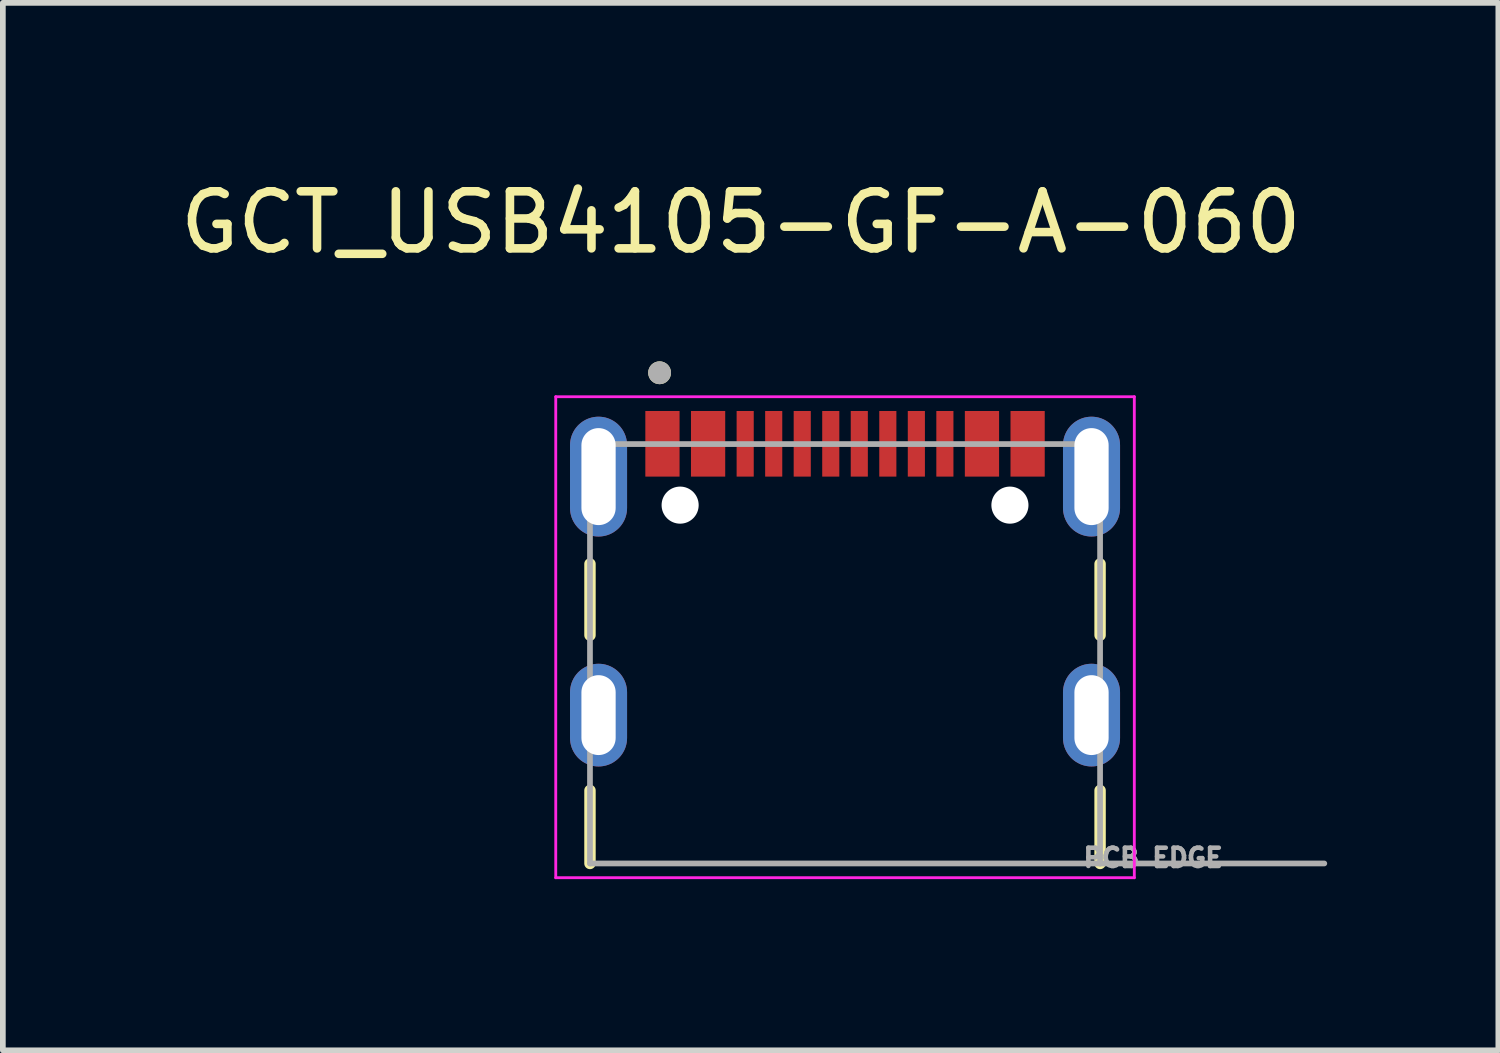
<source format=kicad_pcb>
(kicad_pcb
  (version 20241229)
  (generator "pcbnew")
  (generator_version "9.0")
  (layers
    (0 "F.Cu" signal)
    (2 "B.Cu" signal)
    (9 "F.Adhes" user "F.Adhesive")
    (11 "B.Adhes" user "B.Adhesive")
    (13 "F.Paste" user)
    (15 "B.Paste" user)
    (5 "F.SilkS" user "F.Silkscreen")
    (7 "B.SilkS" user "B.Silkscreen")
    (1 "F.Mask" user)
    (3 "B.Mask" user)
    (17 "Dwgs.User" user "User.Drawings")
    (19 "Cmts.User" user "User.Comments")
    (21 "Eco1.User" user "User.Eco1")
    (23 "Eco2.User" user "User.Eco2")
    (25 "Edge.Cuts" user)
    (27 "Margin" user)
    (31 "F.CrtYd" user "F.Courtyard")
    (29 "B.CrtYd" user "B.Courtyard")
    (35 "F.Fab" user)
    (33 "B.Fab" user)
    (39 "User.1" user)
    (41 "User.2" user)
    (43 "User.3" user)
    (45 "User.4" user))
  (footprint "GCT_USB4105-GF-A-060"
    (layer "F.Cu")
    (at 11.76 9.483)
    (property "Reference" "GCT_USB4105-GF-A-060" (at -1.825 -8.635 0) (layer "F.SilkS") (effects (font (size 1 1) (thickness 0.15))))
    (attr smd)
    (fp_line (start -4.47 -2.65) (end -4.47 -1.4) (stroke (width 0.2) (type solid)) (layer "F.SilkS"))
    (fp_line (start -4.47 1.32) (end -4.47 2.6) (stroke (width 0.2) (type solid)) (layer "F.SilkS"))
    (fp_line (start 4.47 -2.65) (end 4.47 -1.4) (stroke (width 0.2) (type solid)) (layer "F.SilkS"))
    (fp_line (start 4.47 2.6) (end 4.47 1.32) (stroke (width 0.2) (type solid)) (layer "F.SilkS"))
    (fp_circle (center -3.25 -6) (end -3.15 -6) (stroke (width 0.2) (type solid)) (fill no) (layer "F.SilkS"))
    (fp_line (start -5.07 -5.58) (end -5.07 2.85) (stroke (width 0.05) (type solid)) (layer "F.CrtYd"))
    (fp_line (start -5.07 2.85) (end 5.07 2.85) (stroke (width 0.05) (type solid)) (layer "F.CrtYd"))
    (fp_line (start 5.07 -5.58) (end -5.07 -5.58) (stroke (width 0.05) (type solid)) (layer "F.CrtYd"))
    (fp_line (start 5.07 2.85) (end 5.07 -5.58) (stroke (width 0.05) (type solid)) (layer "F.CrtYd"))
    (fp_line (start -4.47 -4.75) (end 4.47 -4.75) (stroke (width 0.1) (type solid)) (layer "F.Fab"))
    (fp_line (start -4.47 2.6) (end -4.47 -4.75) (stroke (width 0.1) (type solid)) (layer "F.Fab"))
    (fp_line (start 4.47 -4.75) (end 4.47 2.6) (stroke (width 0.1) (type solid)) (layer "F.Fab"))
    (fp_line (start 4.47 2.6) (end -4.47 2.6) (stroke (width 0.1) (type solid)) (layer "F.Fab"))
    (fp_line (start 4.47 2.6) (end 8.4 2.6) (stroke (width 0.1) (type solid)) (layer "F.Fab"))
    (fp_circle (center -3.25 -6) (end -3.15 -6) (stroke (width 0.2) (type solid)) (fill no) (layer "F.Fab"))
    (fp_text user "PCB EDGE" (at 5.4 2.5 0) (layer "F.Fab") (effects (font (size 0.32 0.32) (thickness 0.15))))
    (pad "" np_thru_hole circle (at -2.89 -3.68) (size 0.65 0.65) (drill 0.65) (layers "*.Cu" "*.Mask"))
    (pad "" np_thru_hole circle (at 2.89 -3.68) (size 0.65 0.65) (drill 0.65) (layers "*.Cu" "*.Mask"))
    (pad "A1_B12" smd rect (at -3.2 -4.755) (size 0.6 1.15) (layers "F.Cu" "F.Mask" "F.Paste"))
    (pad "A4_B9" smd rect (at -2.4 -4.755) (size 0.6 1.15) (layers "F.Cu" "F.Mask" "F.Paste"))
    (pad "A5" smd rect (at -1.25 -4.755) (size 0.3 1.15) (layers "F.Cu" "F.Mask" "F.Paste"))
    (pad "A6" smd rect (at -0.25 -4.755) (size 0.3 1.15) (layers "F.Cu" "F.Mask" "F.Paste"))
    (pad "A7" smd rect (at 0.25 -4.755) (size 0.3 1.15) (layers "F.Cu" "F.Mask" "F.Paste"))
    (pad "A8" smd rect (at 1.25 -4.755) (size 0.3 1.15) (layers "F.Cu" "F.Mask" "F.Paste"))
    (pad "B1_A12" smd rect (at 3.2 -4.755) (size 0.6 1.15) (layers "F.Cu" "F.Mask" "F.Paste"))
    (pad "B4_A9" smd rect (at 2.4 -4.755) (size 0.6 1.15) (layers "F.Cu" "F.Mask" "F.Paste"))
    (pad "B5" smd rect (at 1.75 -4.755) (size 0.3 1.15) (layers "F.Cu" "F.Mask" "F.Paste"))
    (pad "B6" smd rect (at 0.75 -4.755) (size 0.3 1.15) (layers "F.Cu" "F.Mask" "F.Paste"))
    (pad "B7" smd rect (at -0.75 -4.755) (size 0.3 1.15) (layers "F.Cu" "F.Mask" "F.Paste"))
    (pad "B8" smd rect (at -1.75 -4.755) (size 0.3 1.15) (layers "F.Cu" "F.Mask" "F.Paste"))
    (pad "SH1" thru_hole oval (at -4.32 -4.18) (size 1 2.1) (drill oval 0.6 1.7) (layers "*.Cu" "*.Mask"))
    (pad "SH2" thru_hole oval (at 4.32 -4.18) (size 1 2.1) (drill oval 0.6 1.7) (layers "*.Cu" "*.Mask"))
    (pad "SH3" thru_hole oval (at -4.32 0) (size 1 1.8) (drill oval 0.6 1.4) (layers "*.Cu" "*.Mask"))
    (pad "SH4" thru_hole oval (at 4.32 0) (size 1 1.8) (drill oval 0.6 1.4) (layers "*.Cu" "*.Mask")))
  (gr_rect
    (start -3 -3)
    (end 23.21 15.358)
    (stroke (width 0.1) (type default))
    (fill no)
    (layer "Edge.Cuts")))
</source>
